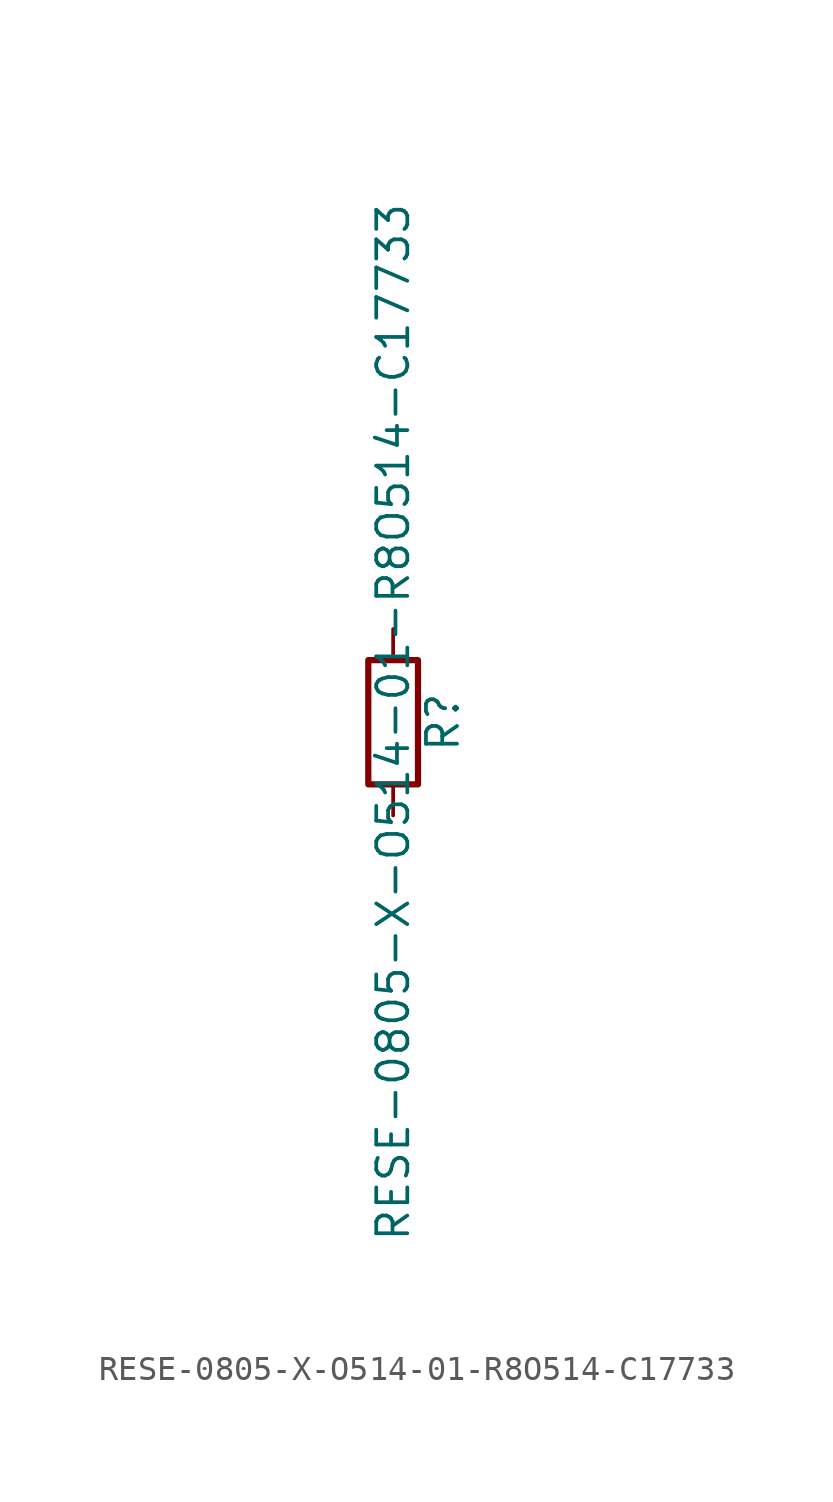
<source format=kicad_sym>
(kicad_symbol_lib
  (version 20211014)
  (generator kicad_symbol_editor)
  (symbol "RESE-0805-X-O514-01-R8O514-C17733"
    (pin_numbers hide)
    (pin_names
      (offset 0))
    (property "Reference" "R"
      (at 2.032 0 90)
      (effects (font (size 1.27 1.27))))
    (property "Value" "RESE-0805-X-O514-01-R8O514-C17733"
      (at 0 0 90)
      (effects (font (size 1.27 1.27))))
    (symbol "RESE-0805-X-O514-01-R8O514-C17733_0_1"
      (rectangle (start -1.016 -2.54) (end 1.016 2.54) (stroke (width 0.254) (type default) (color 0 0 0 0)) (fill (type none))))
    (symbol "RESE-0805-X-O514-01-R8O514-C17733_1_1"
      (pin passive line (at 0 3.81 270) (length 1.27) (name "~" (effects (font (size 1.27 1.27)))) (number "1" (effects (font (size 1.27 1.27)))))
      (pin passive line (at 0 -3.81 90) (length 1.27) (name "~" (effects (font (size 1.27 1.27)))) (number "2" (effects (font (size 1.27 1.27))))))))
</source>
